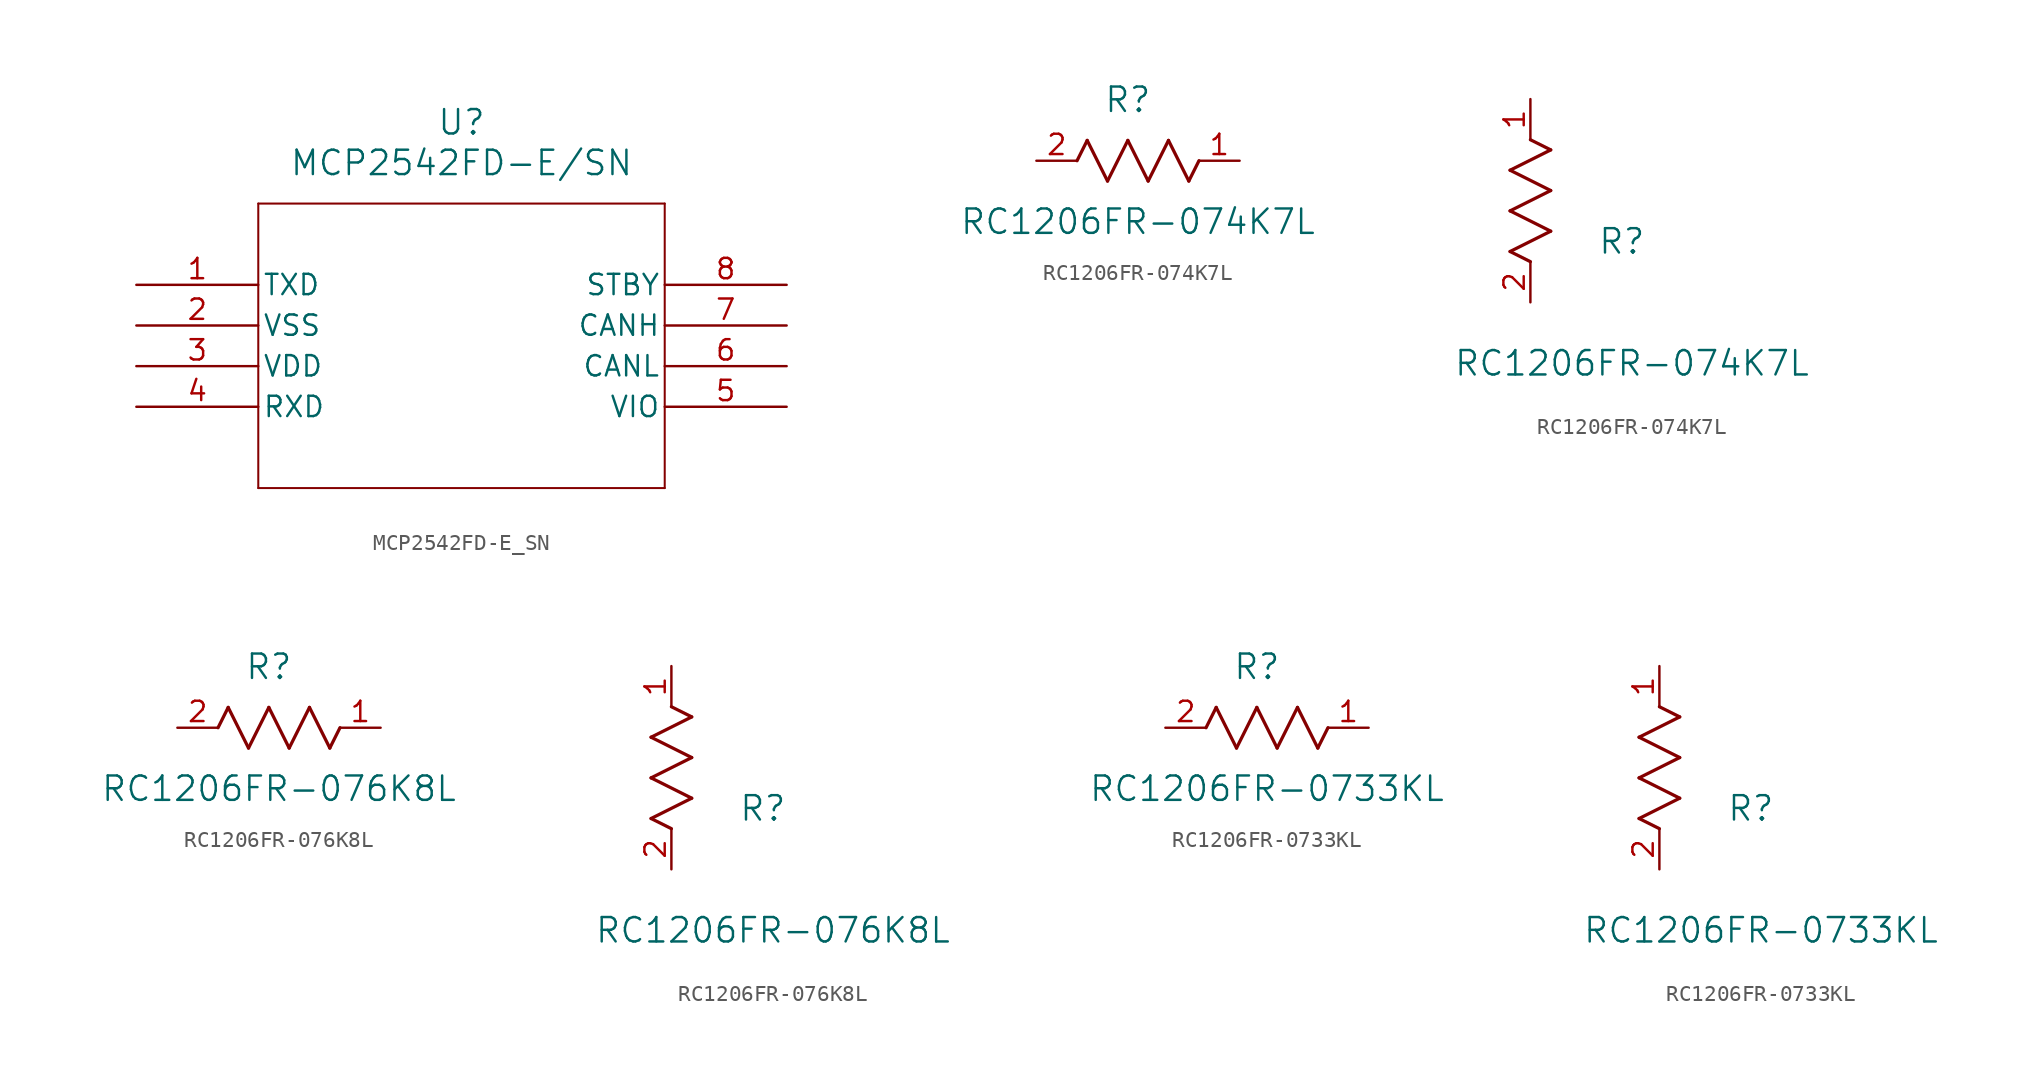
<source format=kicad_sym>
(kicad_symbol_lib
  (version 20231120)
  (generator "kicad_symbol_editor")
  (generator_version "8.0")
  (symbol "MCP2542FD-E_SN"
    (pin_names
      (offset 0.254))
    (property "Reference" "U"
      (at 20.32 10.16 0)
      (effects (font (size 1.524 1.524))))
    (property "Value" "MCP2542FD-E/SN"
      (at 20.32 7.62 0)
      (effects (font (size 1.524 1.524))))
    (property "ki_locked" ""
      (at 0 0 0)
      (effects (font (size 1.27 1.27))))
    (symbol "MCP2542FD-E_SN_0_1"
      (polyline (pts (xy 7.62 -12.7) (xy 33.02 -12.7)) (stroke (width 0.127) (type default)) (fill (type none)))
      (polyline (pts (xy 7.62 5.08) (xy 7.62 -12.7)) (stroke (width 0.127) (type default)) (fill (type none)))
      (polyline (pts (xy 33.02 -12.7) (xy 33.02 5.08)) (stroke (width 0.127) (type default)) (fill (type none)))
      (polyline (pts (xy 33.02 5.08) (xy 7.62 5.08)) (stroke (width 0.127) (type default)) (fill (type none)))
      (pin input line (at 0 0 0) (length 7.62) (name "TXD" (effects (font (size 1.27 1.27)))) (number "1" (effects (font (size 1.27 1.27)))))
      (pin power_in line (at 0 -2.54 0) (length 7.62) (name "VSS" (effects (font (size 1.27 1.27)))) (number "2" (effects (font (size 1.27 1.27)))))
      (pin power_in line (at 0 -5.08 0) (length 7.62) (name "VDD" (effects (font (size 1.27 1.27)))) (number "3" (effects (font (size 1.27 1.27)))))
      (pin output line (at 0 -7.62 0) (length 7.62) (name "RXD" (effects (font (size 1.27 1.27)))) (number "4" (effects (font (size 1.27 1.27)))))
      (pin bidirectional line (at 40.64 -7.62 180) (length 7.62) (name "VIO" (effects (font (size 1.27 1.27)))) (number "5" (effects (font (size 1.27 1.27)))))
      (pin bidirectional line (at 40.64 -5.08 180) (length 7.62) (name "CANL" (effects (font (size 1.27 1.27)))) (number "6" (effects (font (size 1.27 1.27)))))
      (pin bidirectional line (at 40.64 -2.54 180) (length 7.62) (name "CANH" (effects (font (size 1.27 1.27)))) (number "7" (effects (font (size 1.27 1.27)))))
      (pin input line (at 40.64 0 180) (length 7.62) (name "STBY" (effects (font (size 1.27 1.27)))) (number "8" (effects (font (size 1.27 1.27)))))))
  (symbol "RC1206FR-074K7L"
    (pin_names
      (offset 0.254))
    (property "Reference" "R"
      (at 5.715 3.81 0)
      (effects (font (size 1.524 1.524))))
    (property "Value" "RC1206FR-074K7L"
      (at 6.35 -3.81 0)
      (effects (font (size 1.524 1.524))))
    (property "ki_locked" ""
      (at 0 0 0)
      (effects (font (size 1.27 1.27))))
    (symbol "RC1206FR-074K7L_1_1"
      (polyline (pts (xy 2.54 0) (xy 3.175 1.27)) (stroke (width 0.203) (type default)) (fill (type none)))
      (polyline (pts (xy 3.175 1.27) (xy 4.445 -1.27)) (stroke (width 0.203) (type default)) (fill (type none)))
      (polyline (pts (xy 4.445 -1.27) (xy 5.715 1.27)) (stroke (width 0.203) (type default)) (fill (type none)))
      (polyline (pts (xy 5.715 1.27) (xy 6.985 -1.27)) (stroke (width 0.203) (type default)) (fill (type none)))
      (polyline (pts (xy 6.985 -1.27) (xy 8.255 1.27)) (stroke (width 0.203) (type default)) (fill (type none)))
      (polyline (pts (xy 8.255 1.27) (xy 9.525 -1.27)) (stroke (width 0.203) (type default)) (fill (type none)))
      (polyline (pts (xy 9.525 -1.27) (xy 10.16 0)) (stroke (width 0.203) (type default)) (fill (type none)))
      (pin unspecified line (at 12.7 0 180) (length 2.54) (name "" (effects (font (size 1.27 1.27)))) (number "1" (effects (font (size 1.27 1.27)))))
      (pin unspecified line (at 0 0 0) (length 2.54) (name "" (effects (font (size 1.27 1.27)))) (number "2" (effects (font (size 1.27 1.27))))))
    (symbol "RC1206FR-074K7L_1_2"
      (polyline (pts (xy -1.27 3.175) (xy 1.27 4.445)) (stroke (width 0.203) (type default)) (fill (type none)))
      (polyline (pts (xy -1.27 5.715) (xy 1.27 6.985)) (stroke (width 0.203) (type default)) (fill (type none)))
      (polyline (pts (xy -1.27 8.255) (xy 1.27 9.525)) (stroke (width 0.203) (type default)) (fill (type none)))
      (polyline (pts (xy 0 2.54) (xy -1.27 3.175)) (stroke (width 0.203) (type default)) (fill (type none)))
      (polyline (pts (xy 1.27 4.445) (xy -1.27 5.715)) (stroke (width 0.203) (type default)) (fill (type none)))
      (polyline (pts (xy 1.27 6.985) (xy -1.27 8.255)) (stroke (width 0.203) (type default)) (fill (type none)))
      (polyline (pts (xy 1.27 9.525) (xy 0 10.16)) (stroke (width 0.203) (type default)) (fill (type none)))
      (pin unspecified line (at 0 12.7 270) (length 2.54) (name "" (effects (font (size 1.27 1.27)))) (number "1" (effects (font (size 1.27 1.27)))))
      (pin unspecified line (at 0 0 90) (length 2.54) (name "" (effects (font (size 1.27 1.27)))) (number "2" (effects (font (size 1.27 1.27)))))))
  (symbol "RC1206FR-076K8L"
    (pin_names
      (offset 0.254))
    (property "Reference" "R"
      (at 5.715 3.81 0)
      (effects (font (size 1.524 1.524))))
    (property "Value" "RC1206FR-076K8L"
      (at 6.35 -3.81 0)
      (effects (font (size 1.524 1.524))))
    (property "ki_locked" ""
      (at 0 0 0)
      (effects (font (size 1.27 1.27))))
    (symbol "RC1206FR-076K8L_1_1"
      (polyline (pts (xy 2.54 0) (xy 3.175 1.27)) (stroke (width 0.203) (type default)) (fill (type none)))
      (polyline (pts (xy 3.175 1.27) (xy 4.445 -1.27)) (stroke (width 0.203) (type default)) (fill (type none)))
      (polyline (pts (xy 4.445 -1.27) (xy 5.715 1.27)) (stroke (width 0.203) (type default)) (fill (type none)))
      (polyline (pts (xy 5.715 1.27) (xy 6.985 -1.27)) (stroke (width 0.203) (type default)) (fill (type none)))
      (polyline (pts (xy 6.985 -1.27) (xy 8.255 1.27)) (stroke (width 0.203) (type default)) (fill (type none)))
      (polyline (pts (xy 8.255 1.27) (xy 9.525 -1.27)) (stroke (width 0.203) (type default)) (fill (type none)))
      (polyline (pts (xy 9.525 -1.27) (xy 10.16 0)) (stroke (width 0.203) (type default)) (fill (type none)))
      (pin unspecified line (at 12.7 0 180) (length 2.54) (name "" (effects (font (size 1.27 1.27)))) (number "1" (effects (font (size 1.27 1.27)))))
      (pin unspecified line (at 0 0 0) (length 2.54) (name "" (effects (font (size 1.27 1.27)))) (number "2" (effects (font (size 1.27 1.27))))))
    (symbol "RC1206FR-076K8L_1_2"
      (polyline (pts (xy -1.27 3.175) (xy 1.27 4.445)) (stroke (width 0.203) (type default)) (fill (type none)))
      (polyline (pts (xy -1.27 5.715) (xy 1.27 6.985)) (stroke (width 0.203) (type default)) (fill (type none)))
      (polyline (pts (xy -1.27 8.255) (xy 1.27 9.525)) (stroke (width 0.203) (type default)) (fill (type none)))
      (polyline (pts (xy 0 2.54) (xy -1.27 3.175)) (stroke (width 0.203) (type default)) (fill (type none)))
      (polyline (pts (xy 1.27 4.445) (xy -1.27 5.715)) (stroke (width 0.203) (type default)) (fill (type none)))
      (polyline (pts (xy 1.27 6.985) (xy -1.27 8.255)) (stroke (width 0.203) (type default)) (fill (type none)))
      (polyline (pts (xy 1.27 9.525) (xy 0 10.16)) (stroke (width 0.203) (type default)) (fill (type none)))
      (pin unspecified line (at 0 12.7 270) (length 2.54) (name "" (effects (font (size 1.27 1.27)))) (number "1" (effects (font (size 1.27 1.27)))))
      (pin unspecified line (at 0 0 90) (length 2.54) (name "" (effects (font (size 1.27 1.27)))) (number "2" (effects (font (size 1.27 1.27)))))))
  (symbol "RC1206FR-0733KL"
    (pin_names
      (offset 0.254))
    (property "Reference" "R"
      (at 5.715 3.81 0)
      (effects (font (size 1.524 1.524))))
    (property "Value" "RC1206FR-0733KL"
      (at 6.35 -3.81 0)
      (effects (font (size 1.524 1.524))))
    (property "ki_locked" ""
      (at 0 0 0)
      (effects (font (size 1.27 1.27))))
    (symbol "RC1206FR-0733KL_1_1"
      (polyline (pts (xy 2.54 0) (xy 3.175 1.27)) (stroke (width 0.203) (type default)) (fill (type none)))
      (polyline (pts (xy 3.175 1.27) (xy 4.445 -1.27)) (stroke (width 0.203) (type default)) (fill (type none)))
      (polyline (pts (xy 4.445 -1.27) (xy 5.715 1.27)) (stroke (width 0.203) (type default)) (fill (type none)))
      (polyline (pts (xy 5.715 1.27) (xy 6.985 -1.27)) (stroke (width 0.203) (type default)) (fill (type none)))
      (polyline (pts (xy 6.985 -1.27) (xy 8.255 1.27)) (stroke (width 0.203) (type default)) (fill (type none)))
      (polyline (pts (xy 8.255 1.27) (xy 9.525 -1.27)) (stroke (width 0.203) (type default)) (fill (type none)))
      (polyline (pts (xy 9.525 -1.27) (xy 10.16 0)) (stroke (width 0.203) (type default)) (fill (type none)))
      (pin unspecified line (at 12.7 0 180) (length 2.54) (name "" (effects (font (size 1.27 1.27)))) (number "1" (effects (font (size 1.27 1.27)))))
      (pin unspecified line (at 0 0 0) (length 2.54) (name "" (effects (font (size 1.27 1.27)))) (number "2" (effects (font (size 1.27 1.27))))))
    (symbol "RC1206FR-0733KL_1_2"
      (polyline (pts (xy -1.27 3.175) (xy 1.27 4.445)) (stroke (width 0.203) (type default)) (fill (type none)))
      (polyline (pts (xy -1.27 5.715) (xy 1.27 6.985)) (stroke (width 0.203) (type default)) (fill (type none)))
      (polyline (pts (xy -1.27 8.255) (xy 1.27 9.525)) (stroke (width 0.203) (type default)) (fill (type none)))
      (polyline (pts (xy 0 2.54) (xy -1.27 3.175)) (stroke (width 0.203) (type default)) (fill (type none)))
      (polyline (pts (xy 1.27 4.445) (xy -1.27 5.715)) (stroke (width 0.203) (type default)) (fill (type none)))
      (polyline (pts (xy 1.27 6.985) (xy -1.27 8.255)) (stroke (width 0.203) (type default)) (fill (type none)))
      (polyline (pts (xy 1.27 9.525) (xy 0 10.16)) (stroke (width 0.203) (type default)) (fill (type none)))
      (pin unspecified line (at 0 12.7 270) (length 2.54) (name "" (effects (font (size 1.27 1.27)))) (number "1" (effects (font (size 1.27 1.27)))))
      (pin unspecified line (at 0 0 90) (length 2.54) (name "" (effects (font (size 1.27 1.27)))) (number "2" (effects (font (size 1.27 1.27))))))))
</source>
